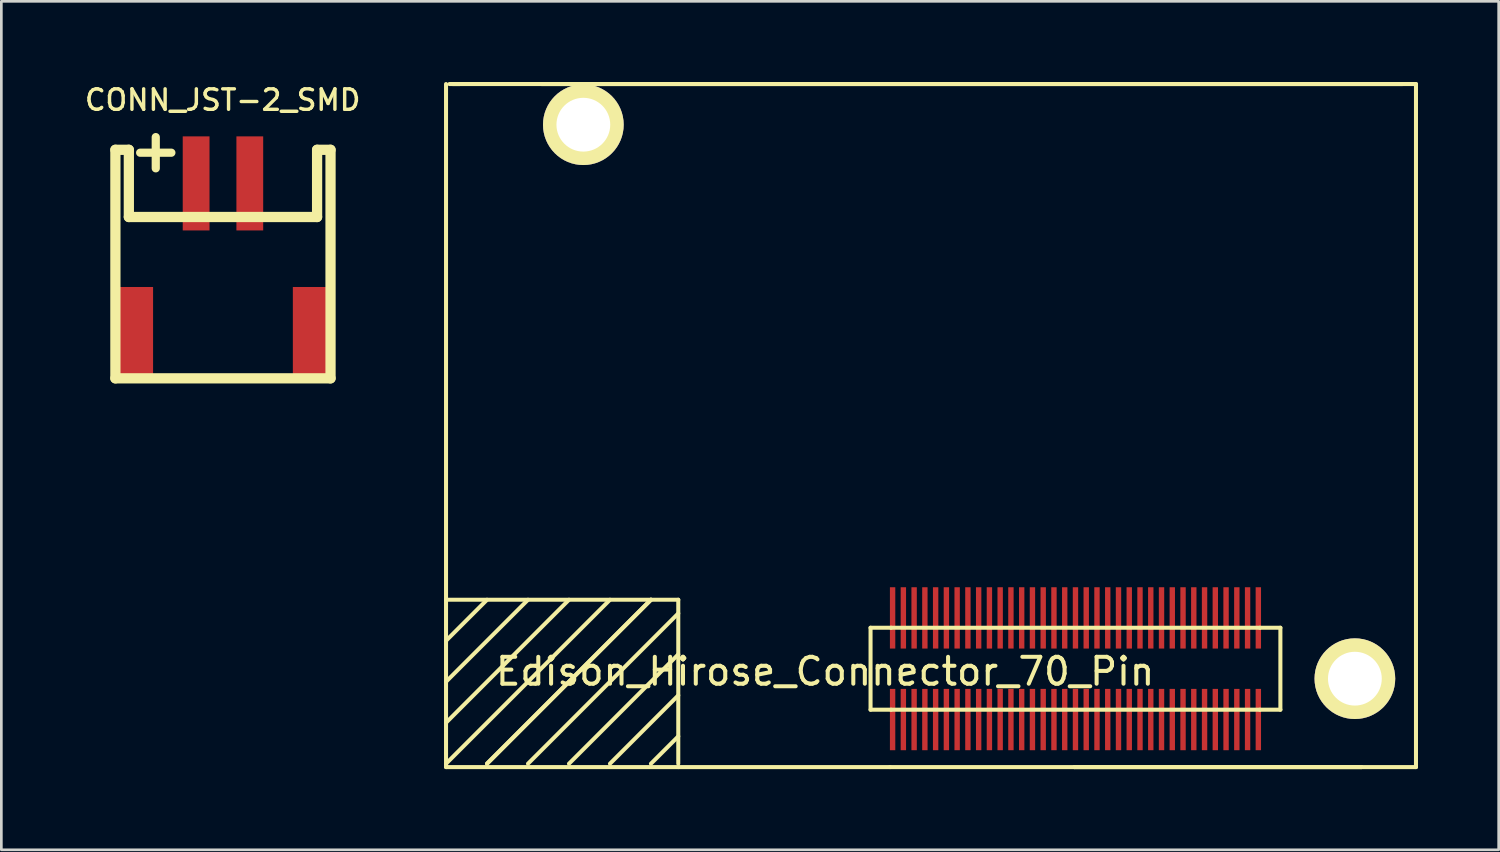
<source format=kicad_pcb>
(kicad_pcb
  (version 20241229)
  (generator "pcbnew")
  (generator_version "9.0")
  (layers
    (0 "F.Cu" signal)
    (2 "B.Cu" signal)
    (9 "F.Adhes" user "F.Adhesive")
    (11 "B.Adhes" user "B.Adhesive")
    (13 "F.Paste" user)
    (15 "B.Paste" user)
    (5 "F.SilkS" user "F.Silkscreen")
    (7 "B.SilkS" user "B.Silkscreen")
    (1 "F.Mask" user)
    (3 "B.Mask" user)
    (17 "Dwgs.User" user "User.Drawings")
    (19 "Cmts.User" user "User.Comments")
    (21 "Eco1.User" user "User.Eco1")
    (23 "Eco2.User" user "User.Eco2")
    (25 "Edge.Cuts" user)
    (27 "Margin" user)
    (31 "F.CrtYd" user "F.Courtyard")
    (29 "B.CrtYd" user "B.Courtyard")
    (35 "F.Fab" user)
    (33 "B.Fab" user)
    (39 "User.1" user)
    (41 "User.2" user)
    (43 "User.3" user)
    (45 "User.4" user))
  (footprint "CONN_JST-2_SMD"
    (layer "F.Cu")
    (at 5.241 11.019)
    (property "Reference" "CONN_JST-2_SMD" (at -0.01 -10.35 0) (layer "F.SilkS") (effects (font (size 0.762 0.762) (thickness 0.127))))
    (attr through_hole)
    (fp_line (start -4 -8.499) (end -4 0) (stroke (width 0.381) (type solid)) (layer "F.SilkS"))
    (fp_line (start -4 0) (end 4 0) (stroke (width 0.381) (type solid)) (layer "F.SilkS"))
    (fp_line (start -3.5 -8.499) (end -4 -8.499) (stroke (width 0.381) (type solid)) (layer "F.SilkS"))
    (fp_line (start -3.5 -5.999) (end -3.5 -8.499) (stroke (width 0.381) (type solid)) (layer "F.SilkS"))
    (fp_line (start 3.5 -8.499) (end 3.5 -5.999) (stroke (width 0.381) (type solid)) (layer "F.SilkS"))
    (fp_line (start 3.5 -5.999) (end -3.5 -5.999) (stroke (width 0.381) (type solid)) (layer "F.SilkS"))
    (fp_line (start 4 -8.499) (end 3.5 -8.499) (stroke (width 0.381) (type solid)) (layer "F.SilkS"))
    (fp_line (start 4 0) (end 4 -8.499) (stroke (width 0.381) (type solid)) (layer "F.SilkS"))
    (fp_text user "+" (at -2.499 -8.499 0) (layer "F.SilkS") (effects (font (size 1.524 1.524) (thickness 0.305))))
    (pad "" smd rect (at -3.348 -1.699) (size 1.499 3.396) (layers "F.Cu" "F.Mask" "F.Paste"))
    (pad "" smd rect (at 3.348 -1.699) (size 1.499 3.396) (layers "F.Cu" "F.Mask" "F.Paste"))
    (pad "1" smd rect (at -0.998 -7.249) (size 0.996 3.498) (layers "F.Cu" "F.Mask" "F.Paste"))
    (pad "2" smd rect (at 0.998 -7.249) (size 0.996 3.498) (layers "F.Cu" "F.Mask" "F.Paste")))
  (footprint "Edison_Hirose_Connector_70_Pin"
    (layer "F.Cu")
    (at 36.942 21.817)
    (property "Reference" "Edison_Hirose_Connector_70_Pin" (at -9.309 0.102 0) (layer "F.SilkS") (effects (font (size 1 1) (thickness 0.15))))
    (attr through_hole)
    (fp_line (start -23.406 -21.742) (end -23.406 3.15) (stroke (width 0.15) (type solid)) (layer "F.SilkS"))
    (fp_line (start -23.406 -2.565) (end -15.786 -2.565) (stroke (width 0.15) (type solid)) (layer "F.SilkS"))
    (fp_line (start -23.406 -1.041) (end -21.882 -2.565) (stroke (width 0.15) (type solid)) (layer "F.SilkS"))
    (fp_line (start -23.406 0.483) (end -20.358 -2.565) (stroke (width 0.15) (type solid)) (layer "F.SilkS"))
    (fp_line (start -23.406 2.007) (end -18.834 -2.565) (stroke (width 0.15) (type solid)) (layer "F.SilkS"))
    (fp_line (start -23.406 3.15) (end -23.406 3.658) (stroke (width 0.15) (type solid)) (layer "F.SilkS"))
    (fp_line (start -23.406 3.531) (end -17.31 -2.565) (stroke (width 0.15) (type solid)) (layer "F.SilkS"))
    (fp_line (start -23.152 -21.742) (end -23.279 -21.742) (stroke (width 0.15) (type solid)) (layer "F.SilkS"))
    (fp_line (start -23.152 -21.742) (end -22.898 -21.742) (stroke (width 0.15) (type solid)) (layer "F.SilkS"))
    (fp_line (start -22.898 -21.742) (end -23.152 -21.742) (stroke (width 0.15) (type solid)) (layer "F.SilkS"))
    (fp_line (start -22.898 -21.742) (end -19.85 -21.742) (stroke (width 0.15) (type solid)) (layer "F.SilkS"))
    (fp_line (start -21.882 3.531) (end -15.786 -2.565) (stroke (width 0.15) (type solid)) (layer "F.SilkS"))
    (fp_line (start -20.358 3.531) (end -14.77 -2.057) (stroke (width 0.15) (type solid)) (layer "F.SilkS"))
    (fp_line (start -19.85 -21.742) (end 12.154 -21.742) (stroke (width 0.15) (type solid)) (layer "F.SilkS"))
    (fp_line (start -18.834 3.531) (end -14.77 -0.533) (stroke (width 0.15) (type solid)) (layer "F.SilkS"))
    (fp_line (start -17.31 3.531) (end -14.77 0.991) (stroke (width 0.15) (type solid)) (layer "F.SilkS"))
    (fp_line (start -15.786 -2.565) (end -21.882 3.531) (stroke (width 0.15) (type solid)) (layer "F.SilkS"))
    (fp_line (start -15.786 -2.565) (end -14.77 -2.565) (stroke (width 0.15) (type solid)) (layer "F.SilkS"))
    (fp_line (start -15.786 3.531) (end -14.77 2.515) (stroke (width 0.15) (type solid)) (layer "F.SilkS"))
    (fp_line (start -14.77 -2.565) (end -14.77 3.531) (stroke (width 0.15) (type solid)) (layer "F.SilkS"))
    (fp_line (start -14.77 3.658) (end -23.406 3.658) (stroke (width 0.15) (type solid)) (layer "F.SilkS"))
    (fp_line (start -7.62 -1.524) (end -7.62 1.524) (stroke (width 0.15) (type solid)) (layer "F.SilkS"))
    (fp_line (start -7.62 1.524) (end -6.858 1.524) (stroke (width 0.15) (type solid)) (layer "F.SilkS"))
    (fp_line (start -6.896 3.658) (end -14.77 3.658) (stroke (width 0.15) (type solid)) (layer "F.SilkS"))
    (fp_line (start -6.858 -1.524) (end -7.62 -1.524) (stroke (width 0.15) (type solid)) (layer "F.SilkS"))
    (fp_line (start -6.858 -1.524) (end 6.858 -1.524) (stroke (width 0.15) (type solid)) (layer "F.SilkS"))
    (fp_line (start -6.858 1.524) (end 6.858 1.524) (stroke (width 0.15) (type solid)) (layer "F.SilkS"))
    (fp_line (start -0.038 3.658) (end -6.896 3.658) (stroke (width 0.15) (type solid)) (layer "F.SilkS"))
    (fp_line (start -0.038 3.658) (end 10.63 3.658) (stroke (width 0.15) (type solid)) (layer "F.SilkS"))
    (fp_line (start 6.858 -1.524) (end 7.62 -1.524) (stroke (width 0.15) (type solid)) (layer "F.SilkS"))
    (fp_line (start 6.858 1.524) (end 7.62 1.524) (stroke (width 0.15) (type solid)) (layer "F.SilkS"))
    (fp_line (start 7.62 -1.524) (end 7.62 1.524) (stroke (width 0.15) (type solid)) (layer "F.SilkS"))
    (fp_line (start 10.63 3.658) (end -0.038 3.658) (stroke (width 0.15) (type solid)) (layer "F.SilkS"))
    (fp_line (start 12.154 -21.742) (end -19.85 -21.742) (stroke (width 0.15) (type solid)) (layer "F.SilkS"))
    (fp_line (start 12.154 -21.742) (end 12.662 -21.742) (stroke (width 0.15) (type solid)) (layer "F.SilkS"))
    (fp_line (start 12.662 3.658) (end 10.63 3.658) (stroke (width 0.15) (type solid)) (layer "F.SilkS"))
    (fp_line (start 12.662 3.658) (end 12.662 -21.742) (stroke (width 0.15) (type solid)) (layer "F.SilkS"))
    (pad "1" smd rect (at -6.8 1.89) (size 0.2 2.28) (layers "F.Cu" "F.Mask" "F.Paste"))
    (pad "2" smd rect (at -6.8 -1.89) (size 0.2 2.28) (layers "F.Cu" "F.Mask" "F.Paste"))
    (pad "3" smd rect (at -6.4 1.89) (size 0.2 2.28) (layers "F.Cu" "F.Mask" "F.Paste"))
    (pad "4" smd rect (at -6.4 -1.89) (size 0.2 2.28) (layers "F.Cu" "F.Mask" "F.Paste"))
    (pad "5" smd rect (at -6 1.89) (size 0.2 2.28) (layers "F.Cu" "F.Mask" "F.Paste"))
    (pad "6" smd rect (at -6 -1.89) (size 0.2 2.28) (layers "F.Cu" "F.Mask" "F.Paste"))
    (pad "7" smd rect (at -5.6 1.89) (size 0.2 2.28) (layers "F.Cu" "F.Mask" "F.Paste"))
    (pad "8" smd rect (at -5.6 -1.89) (size 0.2 2.28) (layers "F.Cu" "F.Mask" "F.Paste"))
    (pad "9" smd rect (at -5.2 1.89) (size 0.2 2.28) (layers "F.Cu" "F.Mask" "F.Paste"))
    (pad "10" smd rect (at -5.2 -1.89) (size 0.2 2.28) (layers "F.Cu" "F.Mask" "F.Paste"))
    (pad "11" smd rect (at -4.8 1.89) (size 0.2 2.28) (layers "F.Cu" "F.Mask" "F.Paste"))
    (pad "12" smd rect (at -4.8 -1.89) (size 0.2 2.28) (layers "F.Cu" "F.Mask" "F.Paste"))
    (pad "13" smd rect (at -4.4 1.89) (size 0.2 2.28) (layers "F.Cu" "F.Mask" "F.Paste"))
    (pad "14" smd rect (at -4.4 -1.89) (size 0.2 2.28) (layers "F.Cu" "F.Mask" "F.Paste"))
    (pad "15" smd rect (at -4 1.89) (size 0.2 2.28) (layers "F.Cu" "F.Mask" "F.Paste"))
    (pad "16" smd rect (at -4 -1.89) (size 0.2 2.28) (layers "F.Cu" "F.Mask" "F.Paste"))
    (pad "17" smd rect (at -3.6 1.89) (size 0.2 2.28) (layers "F.Cu" "F.Mask" "F.Paste"))
    (pad "18" smd rect (at -3.6 -1.89) (size 0.2 2.28) (layers "F.Cu" "F.Mask" "F.Paste"))
    (pad "19" smd rect (at -3.2 1.89) (size 0.2 2.28) (layers "F.Cu" "F.Mask" "F.Paste"))
    (pad "20" smd rect (at -3.2 -1.89) (size 0.2 2.28) (layers "F.Cu" "F.Mask" "F.Paste"))
    (pad "21" smd rect (at -2.8 1.89) (size 0.2 2.28) (layers "F.Cu" "F.Mask" "F.Paste"))
    (pad "22" smd rect (at -2.8 -1.89) (size 0.2 2.28) (layers "F.Cu" "F.Mask" "F.Paste"))
    (pad "23" smd rect (at -2.4 1.89) (size 0.2 2.28) (layers "F.Cu" "F.Mask" "F.Paste"))
    (pad "24" smd rect (at -2.4 -1.89) (size 0.2 2.28) (layers "F.Cu" "F.Mask" "F.Paste"))
    (pad "25" smd rect (at -2 1.89) (size 0.2 2.28) (layers "F.Cu" "F.Mask" "F.Paste"))
    (pad "26" smd rect (at -2 -1.89) (size 0.2 2.28) (layers "F.Cu" "F.Mask" "F.Paste"))
    (pad "27" smd rect (at -1.6 1.89) (size 0.2 2.28) (layers "F.Cu" "F.Mask" "F.Paste"))
    (pad "28" smd rect (at -1.6 -1.89) (size 0.2 2.28) (layers "F.Cu" "F.Mask" "F.Paste"))
    (pad "29" smd rect (at -1.2 1.89) (size 0.2 2.28) (layers "F.Cu" "F.Mask" "F.Paste"))
    (pad "30" smd rect (at -1.2 -1.89) (size 0.2 2.28) (layers "F.Cu" "F.Mask" "F.Paste"))
    (pad "31" smd rect (at -0.8 1.89) (size 0.2 2.28) (layers "F.Cu" "F.Mask" "F.Paste"))
    (pad "32" smd rect (at -0.8 -1.89) (size 0.2 2.28) (layers "F.Cu" "F.Mask" "F.Paste"))
    (pad "33" smd rect (at -0.4 1.89) (size 0.2 2.28) (layers "F.Cu" "F.Mask" "F.Paste"))
    (pad "34" smd rect (at -0.4 -1.89) (size 0.2 2.28) (layers "F.Cu" "F.Mask" "F.Paste"))
    (pad "35" smd rect (at 0 1.89) (size 0.2 2.28) (layers "F.Cu" "F.Mask" "F.Paste"))
    (pad "36" smd rect (at 0 -1.89) (size 0.2 2.28) (layers "F.Cu" "F.Mask" "F.Paste"))
    (pad "37" smd rect (at 0.4 1.89) (size 0.2 2.28) (layers "F.Cu" "F.Mask" "F.Paste"))
    (pad "38" smd rect (at 0.4 -1.89) (size 0.2 2.28) (layers "F.Cu" "F.Mask" "F.Paste"))
    (pad "39" smd rect (at 0.8 1.89) (size 0.2 2.28) (layers "F.Cu" "F.Mask" "F.Paste"))
    (pad "40" smd rect (at 0.8 -1.89) (size 0.2 2.28) (layers "F.Cu" "F.Mask" "F.Paste"))
    (pad "41" smd rect (at 1.2 1.89) (size 0.2 2.28) (layers "F.Cu" "F.Mask" "F.Paste"))
    (pad "42" smd rect (at 1.2 -1.89) (size 0.2 2.28) (layers "F.Cu" "F.Mask" "F.Paste"))
    (pad "43" smd rect (at 1.6 1.89) (size 0.2 2.28) (layers "F.Cu" "F.Mask" "F.Paste"))
    (pad "44" smd rect (at 1.6 -1.89) (size 0.2 2.28) (layers "F.Cu" "F.Mask" "F.Paste"))
    (pad "45" smd rect (at 2 1.89) (size 0.2 2.28) (layers "F.Cu" "F.Mask" "F.Paste"))
    (pad "46" smd rect (at 2 -1.89) (size 0.2 2.28) (layers "F.Cu" "F.Mask" "F.Paste"))
    (pad "47" smd rect (at 2.4 1.89) (size 0.2 2.28) (layers "F.Cu" "F.Mask" "F.Paste"))
    (pad "48" smd rect (at 2.4 -1.89) (size 0.2 2.28) (layers "F.Cu" "F.Mask" "F.Paste"))
    (pad "49" smd rect (at 2.8 1.89) (size 0.2 2.28) (layers "F.Cu" "F.Mask" "F.Paste"))
    (pad "50" smd rect (at 2.8 -1.89) (size 0.2 2.28) (layers "F.Cu" "F.Mask" "F.Paste"))
    (pad "51" smd rect (at 3.2 1.89) (size 0.2 2.28) (layers "F.Cu" "F.Mask" "F.Paste"))
    (pad "52" smd rect (at 3.2 -1.89) (size 0.2 2.28) (layers "F.Cu" "F.Mask" "F.Paste"))
    (pad "53" smd rect (at 3.6 1.89) (size 0.2 2.28) (layers "F.Cu" "F.Mask" "F.Paste"))
    (pad "54" smd rect (at 3.6 -1.89) (size 0.2 2.28) (layers "F.Cu" "F.Mask" "F.Paste"))
    (pad "55" smd rect (at 4 1.89) (size 0.2 2.28) (layers "F.Cu" "F.Mask" "F.Paste"))
    (pad "56" smd rect (at 4 -1.89) (size 0.2 2.28) (layers "F.Cu" "F.Mask" "F.Paste"))
    (pad "57" smd rect (at 4.4 1.89) (size 0.2 2.28) (layers "F.Cu" "F.Mask" "F.Paste"))
    (pad "58" smd rect (at 4.4 -1.89) (size 0.2 2.28) (layers "F.Cu" "F.Mask" "F.Paste"))
    (pad "59" smd rect (at 4.8 1.89) (size 0.2 2.28) (layers "F.Cu" "F.Mask" "F.Paste"))
    (pad "60" smd rect (at 4.8 -1.89) (size 0.2 2.28) (layers "F.Cu" "F.Mask" "F.Paste"))
    (pad "61" smd rect (at 5.2 1.89) (size 0.2 2.28) (layers "F.Cu" "F.Mask" "F.Paste"))
    (pad "62" smd rect (at 5.2 -1.89) (size 0.2 2.28) (layers "F.Cu" "F.Mask" "F.Paste"))
    (pad "63" smd rect (at 5.6 1.89) (size 0.2 2.28) (layers "F.Cu" "F.Mask" "F.Paste"))
    (pad "64" smd rect (at 5.6 -1.89) (size 0.2 2.28) (layers "F.Cu" "F.Mask" "F.Paste"))
    (pad "65" smd rect (at 6 1.89) (size 0.2 2.28) (layers "F.Cu" "F.Mask" "F.Paste"))
    (pad "66" smd rect (at 6 -1.89) (size 0.2 2.28) (layers "F.Cu" "F.Mask" "F.Paste"))
    (pad "67" smd rect (at 6.4 1.89) (size 0.2 2.28) (layers "F.Cu" "F.Mask" "F.Paste"))
    (pad "68" smd rect (at 6.4 -1.89) (size 0.2 2.28) (layers "F.Cu" "F.Mask" "F.Paste"))
    (pad "69" smd rect (at 6.8 1.89) (size 0.2 2.28) (layers "F.Cu" "F.Mask" "F.Paste"))
    (pad "70" smd rect (at 6.8 -1.89) (size 0.2 2.28) (layers "F.Cu" "F.Mask" "F.Paste"))
    (pad "~" thru_hole circle (at -18.3 -20.23) (size 3 3) (drill 2) (layers "*.Cu" "*.Mask" "F.SilkS"))
    (pad "~" thru_hole circle (at 10.39 0.37) (size 3 3) (drill 2) (layers "*.Cu" "*.Mask" "F.SilkS")))
  (gr_rect
    (start -3 -3)
    (end 52.679 28.55)
    (stroke (width 0.1) (type default))
    (fill no)
    (layer "Edge.Cuts")))
</source>
